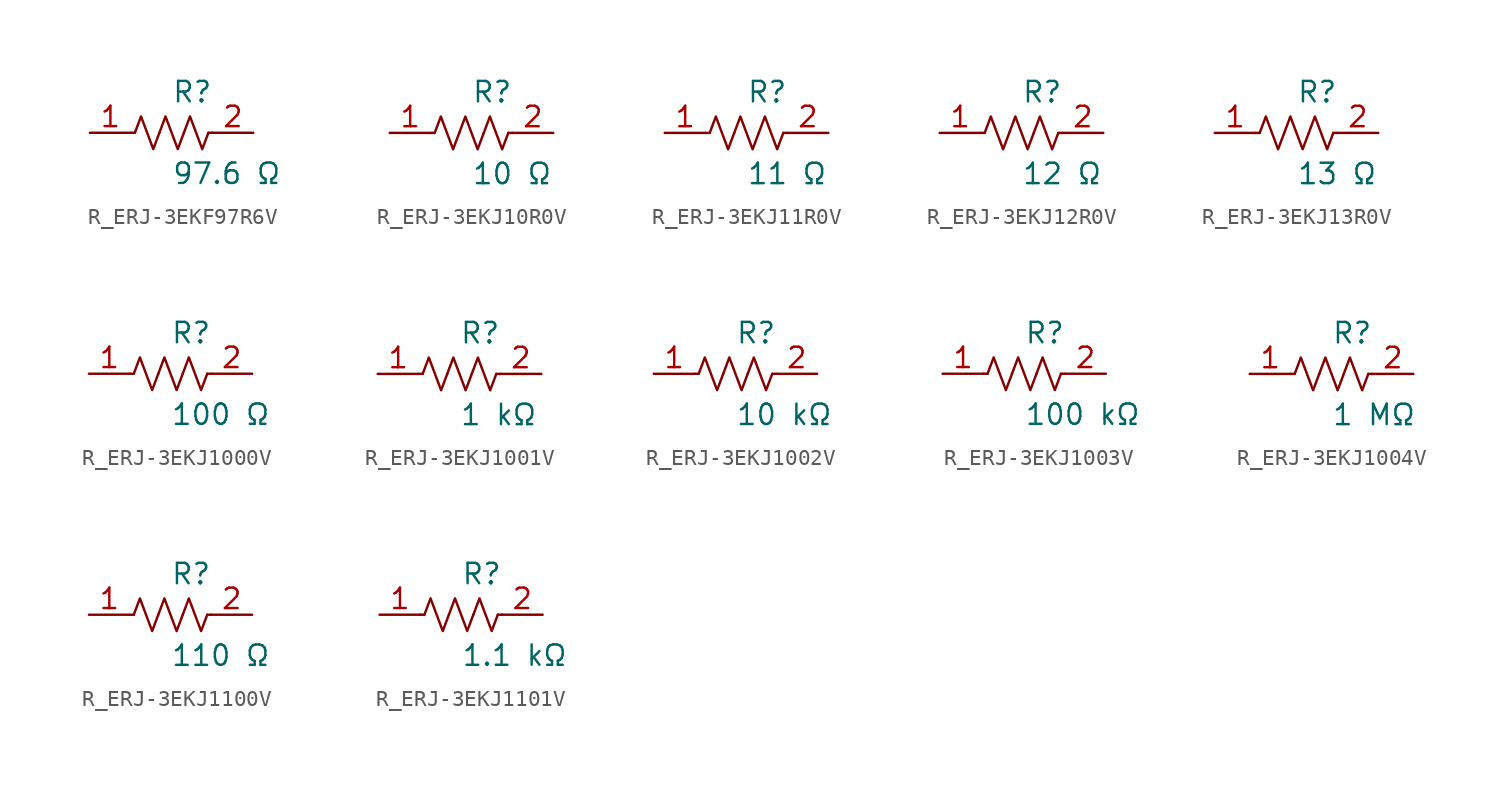
<source format=kicad_sym>
(kicad_symbol_lib
  (version 20231120)
  (generator "kicad_symbol_editor")
  (generator_version "8.0")
  (symbol "R_ERJ-3EKF97R6V"
    (pin_names
      (offset 0.254))
    (property "Reference" "R"
      (at 0 2.54 0)
      (effects (font (size 1.27 1.27)) (justify left)))
    (property "Value" "97.6 Ω"
      (at 0 -2.54 0)
      (effects (font (size 1.27 1.27)) (justify left)))
    (symbol "R_ERJ-3EKF97R6V_0_1"
      (polyline (pts (xy 2.286 0) (xy 2.54 0)) (stroke (width 0) (type default)) (fill (type none)))
      (polyline (pts (xy -2.286 0) (xy -2.54 0)) (stroke (width 0) (type default)) (fill (type none)))
      (polyline (pts (xy 0.762 0) (xy 1.143 1.016) (xy 1.524 0) (xy 1.905 -1.016) (xy 2.286 0)) (stroke (width 0) (type default)) (fill (type none)))
      (polyline (pts (xy -0.762 0) (xy -0.381 1.016) (xy 0 0) (xy 0.381 -1.016) (xy 0.762 0)) (stroke (width 0) (type default)) (fill (type none)))
      (polyline (pts (xy -2.286 0) (xy -1.905 1.016) (xy -1.524 0) (xy -1.143 -1.016) (xy -0.762 0)) (stroke (width 0) (type default)) (fill (type none))))
    (pin unspecified line
      (at -5.08 0 0)
      (length 2.54)
      (name "" (effects (font (size 1.27 1.27))))
      (number "1" (effects (font (size 1.27 1.27)))))
    (pin unspecified line
      (at 5.08 0 180)
      (length 2.54)
      (name "" (effects (font (size 1.27 1.27))))
      (number "2" (effects (font (size 1.27 1.27))))))
  (symbol "R_ERJ-3EKJ10R0V"
    (pin_names
      (offset 0.254))
    (property "Reference" "R"
      (at 0 2.54 0)
      (effects (font (size 1.27 1.27)) (justify left)))
    (property "Value" "10 Ω"
      (at 0 -2.54 0)
      (effects (font (size 1.27 1.27)) (justify left)))
    (symbol "R_ERJ-3EKJ10R0V_0_1"
      (polyline (pts (xy 2.286 0) (xy 2.54 0)) (stroke (width 0) (type default)) (fill (type none)))
      (polyline (pts (xy -2.286 0) (xy -2.54 0)) (stroke (width 0) (type default)) (fill (type none)))
      (polyline (pts (xy 0.762 0) (xy 1.143 1.016) (xy 1.524 0) (xy 1.905 -1.016) (xy 2.286 0)) (stroke (width 0) (type default)) (fill (type none)))
      (polyline (pts (xy -0.762 0) (xy -0.381 1.016) (xy 0 0) (xy 0.381 -1.016) (xy 0.762 0)) (stroke (width 0) (type default)) (fill (type none)))
      (polyline (pts (xy -2.286 0) (xy -1.905 1.016) (xy -1.524 0) (xy -1.143 -1.016) (xy -0.762 0)) (stroke (width 0) (type default)) (fill (type none))))
    (pin unspecified line
      (at -5.08 0 0)
      (length 2.54)
      (name "" (effects (font (size 1.27 1.27))))
      (number "1" (effects (font (size 1.27 1.27)))))
    (pin unspecified line
      (at 5.08 0 180)
      (length 2.54)
      (name "" (effects (font (size 1.27 1.27))))
      (number "2" (effects (font (size 1.27 1.27))))))
  (symbol "R_ERJ-3EKJ11R0V"
    (pin_names
      (offset 0.254))
    (property "Reference" "R"
      (at 0 2.54 0)
      (effects (font (size 1.27 1.27)) (justify left)))
    (property "Value" "11 Ω"
      (at 0 -2.54 0)
      (effects (font (size 1.27 1.27)) (justify left)))
    (symbol "R_ERJ-3EKJ11R0V_0_1"
      (polyline (pts (xy 2.286 0) (xy 2.54 0)) (stroke (width 0) (type default)) (fill (type none)))
      (polyline (pts (xy -2.286 0) (xy -2.54 0)) (stroke (width 0) (type default)) (fill (type none)))
      (polyline (pts (xy 0.762 0) (xy 1.143 1.016) (xy 1.524 0) (xy 1.905 -1.016) (xy 2.286 0)) (stroke (width 0) (type default)) (fill (type none)))
      (polyline (pts (xy -0.762 0) (xy -0.381 1.016) (xy 0 0) (xy 0.381 -1.016) (xy 0.762 0)) (stroke (width 0) (type default)) (fill (type none)))
      (polyline (pts (xy -2.286 0) (xy -1.905 1.016) (xy -1.524 0) (xy -1.143 -1.016) (xy -0.762 0)) (stroke (width 0) (type default)) (fill (type none))))
    (pin unspecified line
      (at -5.08 0 0)
      (length 2.54)
      (name "" (effects (font (size 1.27 1.27))))
      (number "1" (effects (font (size 1.27 1.27)))))
    (pin unspecified line
      (at 5.08 0 180)
      (length 2.54)
      (name "" (effects (font (size 1.27 1.27))))
      (number "2" (effects (font (size 1.27 1.27))))))
  (symbol "R_ERJ-3EKJ12R0V"
    (pin_names
      (offset 0.254))
    (property "Reference" "R"
      (at 0 2.54 0)
      (effects (font (size 1.27 1.27)) (justify left)))
    (property "Value" "12 Ω"
      (at 0 -2.54 0)
      (effects (font (size 1.27 1.27)) (justify left)))
    (symbol "R_ERJ-3EKJ12R0V_0_1"
      (polyline (pts (xy 2.286 0) (xy 2.54 0)) (stroke (width 0) (type default)) (fill (type none)))
      (polyline (pts (xy -2.286 0) (xy -2.54 0)) (stroke (width 0) (type default)) (fill (type none)))
      (polyline (pts (xy 0.762 0) (xy 1.143 1.016) (xy 1.524 0) (xy 1.905 -1.016) (xy 2.286 0)) (stroke (width 0) (type default)) (fill (type none)))
      (polyline (pts (xy -0.762 0) (xy -0.381 1.016) (xy 0 0) (xy 0.381 -1.016) (xy 0.762 0)) (stroke (width 0) (type default)) (fill (type none)))
      (polyline (pts (xy -2.286 0) (xy -1.905 1.016) (xy -1.524 0) (xy -1.143 -1.016) (xy -0.762 0)) (stroke (width 0) (type default)) (fill (type none))))
    (pin unspecified line
      (at -5.08 0 0)
      (length 2.54)
      (name "" (effects (font (size 1.27 1.27))))
      (number "1" (effects (font (size 1.27 1.27)))))
    (pin unspecified line
      (at 5.08 0 180)
      (length 2.54)
      (name "" (effects (font (size 1.27 1.27))))
      (number "2" (effects (font (size 1.27 1.27))))))
  (symbol "R_ERJ-3EKJ13R0V"
    (pin_names
      (offset 0.254))
    (property "Reference" "R"
      (at 0 2.54 0)
      (effects (font (size 1.27 1.27)) (justify left)))
    (property "Value" "13 Ω"
      (at 0 -2.54 0)
      (effects (font (size 1.27 1.27)) (justify left)))
    (symbol "R_ERJ-3EKJ13R0V_0_1"
      (polyline (pts (xy 2.286 0) (xy 2.54 0)) (stroke (width 0) (type default)) (fill (type none)))
      (polyline (pts (xy -2.286 0) (xy -2.54 0)) (stroke (width 0) (type default)) (fill (type none)))
      (polyline (pts (xy 0.762 0) (xy 1.143 1.016) (xy 1.524 0) (xy 1.905 -1.016) (xy 2.286 0)) (stroke (width 0) (type default)) (fill (type none)))
      (polyline (pts (xy -0.762 0) (xy -0.381 1.016) (xy 0 0) (xy 0.381 -1.016) (xy 0.762 0)) (stroke (width 0) (type default)) (fill (type none)))
      (polyline (pts (xy -2.286 0) (xy -1.905 1.016) (xy -1.524 0) (xy -1.143 -1.016) (xy -0.762 0)) (stroke (width 0) (type default)) (fill (type none))))
    (pin unspecified line
      (at -5.08 0 0)
      (length 2.54)
      (name "" (effects (font (size 1.27 1.27))))
      (number "1" (effects (font (size 1.27 1.27)))))
    (pin unspecified line
      (at 5.08 0 180)
      (length 2.54)
      (name "" (effects (font (size 1.27 1.27))))
      (number "2" (effects (font (size 1.27 1.27))))))
  (symbol "R_ERJ-3EKJ1000V"
    (pin_names
      (offset 0.254))
    (property "Reference" "R"
      (at 0 2.54 0)
      (effects (font (size 1.27 1.27)) (justify left)))
    (property "Value" "100 Ω"
      (at 0 -2.54 0)
      (effects (font (size 1.27 1.27)) (justify left)))
    (symbol "R_ERJ-3EKJ1000V_0_1"
      (polyline (pts (xy 2.286 0) (xy 2.54 0)) (stroke (width 0) (type default)) (fill (type none)))
      (polyline (pts (xy -2.286 0) (xy -2.54 0)) (stroke (width 0) (type default)) (fill (type none)))
      (polyline (pts (xy 0.762 0) (xy 1.143 1.016) (xy 1.524 0) (xy 1.905 -1.016) (xy 2.286 0)) (stroke (width 0) (type default)) (fill (type none)))
      (polyline (pts (xy -0.762 0) (xy -0.381 1.016) (xy 0 0) (xy 0.381 -1.016) (xy 0.762 0)) (stroke (width 0) (type default)) (fill (type none)))
      (polyline (pts (xy -2.286 0) (xy -1.905 1.016) (xy -1.524 0) (xy -1.143 -1.016) (xy -0.762 0)) (stroke (width 0) (type default)) (fill (type none))))
    (pin unspecified line
      (at -5.08 0 0)
      (length 2.54)
      (name "" (effects (font (size 1.27 1.27))))
      (number "1" (effects (font (size 1.27 1.27)))))
    (pin unspecified line
      (at 5.08 0 180)
      (length 2.54)
      (name "" (effects (font (size 1.27 1.27))))
      (number "2" (effects (font (size 1.27 1.27))))))
  (symbol "R_ERJ-3EKJ1001V"
    (pin_names
      (offset 0.254))
    (property "Reference" "R"
      (at 0 2.54 0)
      (effects (font (size 1.27 1.27)) (justify left)))
    (property "Value" "1 kΩ"
      (at 0 -2.54 0)
      (effects (font (size 1.27 1.27)) (justify left)))
    (symbol "R_ERJ-3EKJ1001V_0_1"
      (polyline (pts (xy 2.286 0) (xy 2.54 0)) (stroke (width 0) (type default)) (fill (type none)))
      (polyline (pts (xy -2.286 0) (xy -2.54 0)) (stroke (width 0) (type default)) (fill (type none)))
      (polyline (pts (xy 0.762 0) (xy 1.143 1.016) (xy 1.524 0) (xy 1.905 -1.016) (xy 2.286 0)) (stroke (width 0) (type default)) (fill (type none)))
      (polyline (pts (xy -0.762 0) (xy -0.381 1.016) (xy 0 0) (xy 0.381 -1.016) (xy 0.762 0)) (stroke (width 0) (type default)) (fill (type none)))
      (polyline (pts (xy -2.286 0) (xy -1.905 1.016) (xy -1.524 0) (xy -1.143 -1.016) (xy -0.762 0)) (stroke (width 0) (type default)) (fill (type none))))
    (pin unspecified line
      (at -5.08 0 0)
      (length 2.54)
      (name "" (effects (font (size 1.27 1.27))))
      (number "1" (effects (font (size 1.27 1.27)))))
    (pin unspecified line
      (at 5.08 0 180)
      (length 2.54)
      (name "" (effects (font (size 1.27 1.27))))
      (number "2" (effects (font (size 1.27 1.27))))))
  (symbol "R_ERJ-3EKJ1002V"
    (pin_names
      (offset 0.254))
    (property "Reference" "R"
      (at 0 2.54 0)
      (effects (font (size 1.27 1.27)) (justify left)))
    (property "Value" "10 kΩ"
      (at 0 -2.54 0)
      (effects (font (size 1.27 1.27)) (justify left)))
    (symbol "R_ERJ-3EKJ1002V_0_1"
      (polyline (pts (xy 2.286 0) (xy 2.54 0)) (stroke (width 0) (type default)) (fill (type none)))
      (polyline (pts (xy -2.286 0) (xy -2.54 0)) (stroke (width 0) (type default)) (fill (type none)))
      (polyline (pts (xy 0.762 0) (xy 1.143 1.016) (xy 1.524 0) (xy 1.905 -1.016) (xy 2.286 0)) (stroke (width 0) (type default)) (fill (type none)))
      (polyline (pts (xy -0.762 0) (xy -0.381 1.016) (xy 0 0) (xy 0.381 -1.016) (xy 0.762 0)) (stroke (width 0) (type default)) (fill (type none)))
      (polyline (pts (xy -2.286 0) (xy -1.905 1.016) (xy -1.524 0) (xy -1.143 -1.016) (xy -0.762 0)) (stroke (width 0) (type default)) (fill (type none))))
    (pin unspecified line
      (at -5.08 0 0)
      (length 2.54)
      (name "" (effects (font (size 1.27 1.27))))
      (number "1" (effects (font (size 1.27 1.27)))))
    (pin unspecified line
      (at 5.08 0 180)
      (length 2.54)
      (name "" (effects (font (size 1.27 1.27))))
      (number "2" (effects (font (size 1.27 1.27))))))
  (symbol "R_ERJ-3EKJ1003V"
    (pin_names
      (offset 0.254))
    (property "Reference" "R"
      (at 0 2.54 0)
      (effects (font (size 1.27 1.27)) (justify left)))
    (property "Value" "100 kΩ"
      (at 0 -2.54 0)
      (effects (font (size 1.27 1.27)) (justify left)))
    (symbol "R_ERJ-3EKJ1003V_0_1"
      (polyline (pts (xy 2.286 0) (xy 2.54 0)) (stroke (width 0) (type default)) (fill (type none)))
      (polyline (pts (xy -2.286 0) (xy -2.54 0)) (stroke (width 0) (type default)) (fill (type none)))
      (polyline (pts (xy 0.762 0) (xy 1.143 1.016) (xy 1.524 0) (xy 1.905 -1.016) (xy 2.286 0)) (stroke (width 0) (type default)) (fill (type none)))
      (polyline (pts (xy -0.762 0) (xy -0.381 1.016) (xy 0 0) (xy 0.381 -1.016) (xy 0.762 0)) (stroke (width 0) (type default)) (fill (type none)))
      (polyline (pts (xy -2.286 0) (xy -1.905 1.016) (xy -1.524 0) (xy -1.143 -1.016) (xy -0.762 0)) (stroke (width 0) (type default)) (fill (type none))))
    (pin unspecified line
      (at -5.08 0 0)
      (length 2.54)
      (name "" (effects (font (size 1.27 1.27))))
      (number "1" (effects (font (size 1.27 1.27)))))
    (pin unspecified line
      (at 5.08 0 180)
      (length 2.54)
      (name "" (effects (font (size 1.27 1.27))))
      (number "2" (effects (font (size 1.27 1.27))))))
  (symbol "R_ERJ-3EKJ1004V"
    (pin_names
      (offset 0.254))
    (property "Reference" "R"
      (at 0 2.54 0)
      (effects (font (size 1.27 1.27)) (justify left)))
    (property "Value" "1 MΩ"
      (at 0 -2.54 0)
      (effects (font (size 1.27 1.27)) (justify left)))
    (symbol "R_ERJ-3EKJ1004V_0_1"
      (polyline (pts (xy 2.286 0) (xy 2.54 0)) (stroke (width 0) (type default)) (fill (type none)))
      (polyline (pts (xy -2.286 0) (xy -2.54 0)) (stroke (width 0) (type default)) (fill (type none)))
      (polyline (pts (xy 0.762 0) (xy 1.143 1.016) (xy 1.524 0) (xy 1.905 -1.016) (xy 2.286 0)) (stroke (width 0) (type default)) (fill (type none)))
      (polyline (pts (xy -0.762 0) (xy -0.381 1.016) (xy 0 0) (xy 0.381 -1.016) (xy 0.762 0)) (stroke (width 0) (type default)) (fill (type none)))
      (polyline (pts (xy -2.286 0) (xy -1.905 1.016) (xy -1.524 0) (xy -1.143 -1.016) (xy -0.762 0)) (stroke (width 0) (type default)) (fill (type none))))
    (pin unspecified line
      (at -5.08 0 0)
      (length 2.54)
      (name "" (effects (font (size 1.27 1.27))))
      (number "1" (effects (font (size 1.27 1.27)))))
    (pin unspecified line
      (at 5.08 0 180)
      (length 2.54)
      (name "" (effects (font (size 1.27 1.27))))
      (number "2" (effects (font (size 1.27 1.27))))))
  (symbol "R_ERJ-3EKJ1100V"
    (pin_names
      (offset 0.254))
    (property "Reference" "R"
      (at 0 2.54 0)
      (effects (font (size 1.27 1.27)) (justify left)))
    (property "Value" "110 Ω"
      (at 0 -2.54 0)
      (effects (font (size 1.27 1.27)) (justify left)))
    (symbol "R_ERJ-3EKJ1100V_0_1"
      (polyline (pts (xy 2.286 0) (xy 2.54 0)) (stroke (width 0) (type default)) (fill (type none)))
      (polyline (pts (xy -2.286 0) (xy -2.54 0)) (stroke (width 0) (type default)) (fill (type none)))
      (polyline (pts (xy 0.762 0) (xy 1.143 1.016) (xy 1.524 0) (xy 1.905 -1.016) (xy 2.286 0)) (stroke (width 0) (type default)) (fill (type none)))
      (polyline (pts (xy -0.762 0) (xy -0.381 1.016) (xy 0 0) (xy 0.381 -1.016) (xy 0.762 0)) (stroke (width 0) (type default)) (fill (type none)))
      (polyline (pts (xy -2.286 0) (xy -1.905 1.016) (xy -1.524 0) (xy -1.143 -1.016) (xy -0.762 0)) (stroke (width 0) (type default)) (fill (type none))))
    (pin unspecified line
      (at -5.08 0 0)
      (length 2.54)
      (name "" (effects (font (size 1.27 1.27))))
      (number "1" (effects (font (size 1.27 1.27)))))
    (pin unspecified line
      (at 5.08 0 180)
      (length 2.54)
      (name "" (effects (font (size 1.27 1.27))))
      (number "2" (effects (font (size 1.27 1.27))))))
  (symbol "R_ERJ-3EKJ1101V"
    (pin_names
      (offset 0.254))
    (property "Reference" "R"
      (at 0 2.54 0)
      (effects (font (size 1.27 1.27)) (justify left)))
    (property "Value" "1.1 kΩ"
      (at 0 -2.54 0)
      (effects (font (size 1.27 1.27)) (justify left)))
    (symbol "R_ERJ-3EKJ1101V_0_1"
      (polyline (pts (xy 2.286 0) (xy 2.54 0)) (stroke (width 0) (type default)) (fill (type none)))
      (polyline (pts (xy -2.286 0) (xy -2.54 0)) (stroke (width 0) (type default)) (fill (type none)))
      (polyline (pts (xy 0.762 0) (xy 1.143 1.016) (xy 1.524 0) (xy 1.905 -1.016) (xy 2.286 0)) (stroke (width 0) (type default)) (fill (type none)))
      (polyline (pts (xy -0.762 0) (xy -0.381 1.016) (xy 0 0) (xy 0.381 -1.016) (xy 0.762 0)) (stroke (width 0) (type default)) (fill (type none)))
      (polyline (pts (xy -2.286 0) (xy -1.905 1.016) (xy -1.524 0) (xy -1.143 -1.016) (xy -0.762 0)) (stroke (width 0) (type default)) (fill (type none))))
    (pin unspecified line
      (at -5.08 0 0)
      (length 2.54)
      (name "" (effects (font (size 1.27 1.27))))
      (number "1" (effects (font (size 1.27 1.27)))))
    (pin unspecified line
      (at 5.08 0 180)
      (length 2.54)
      (name "" (effects (font (size 1.27 1.27))))
      (number "2" (effects (font (size 1.27 1.27)))))))
</source>
